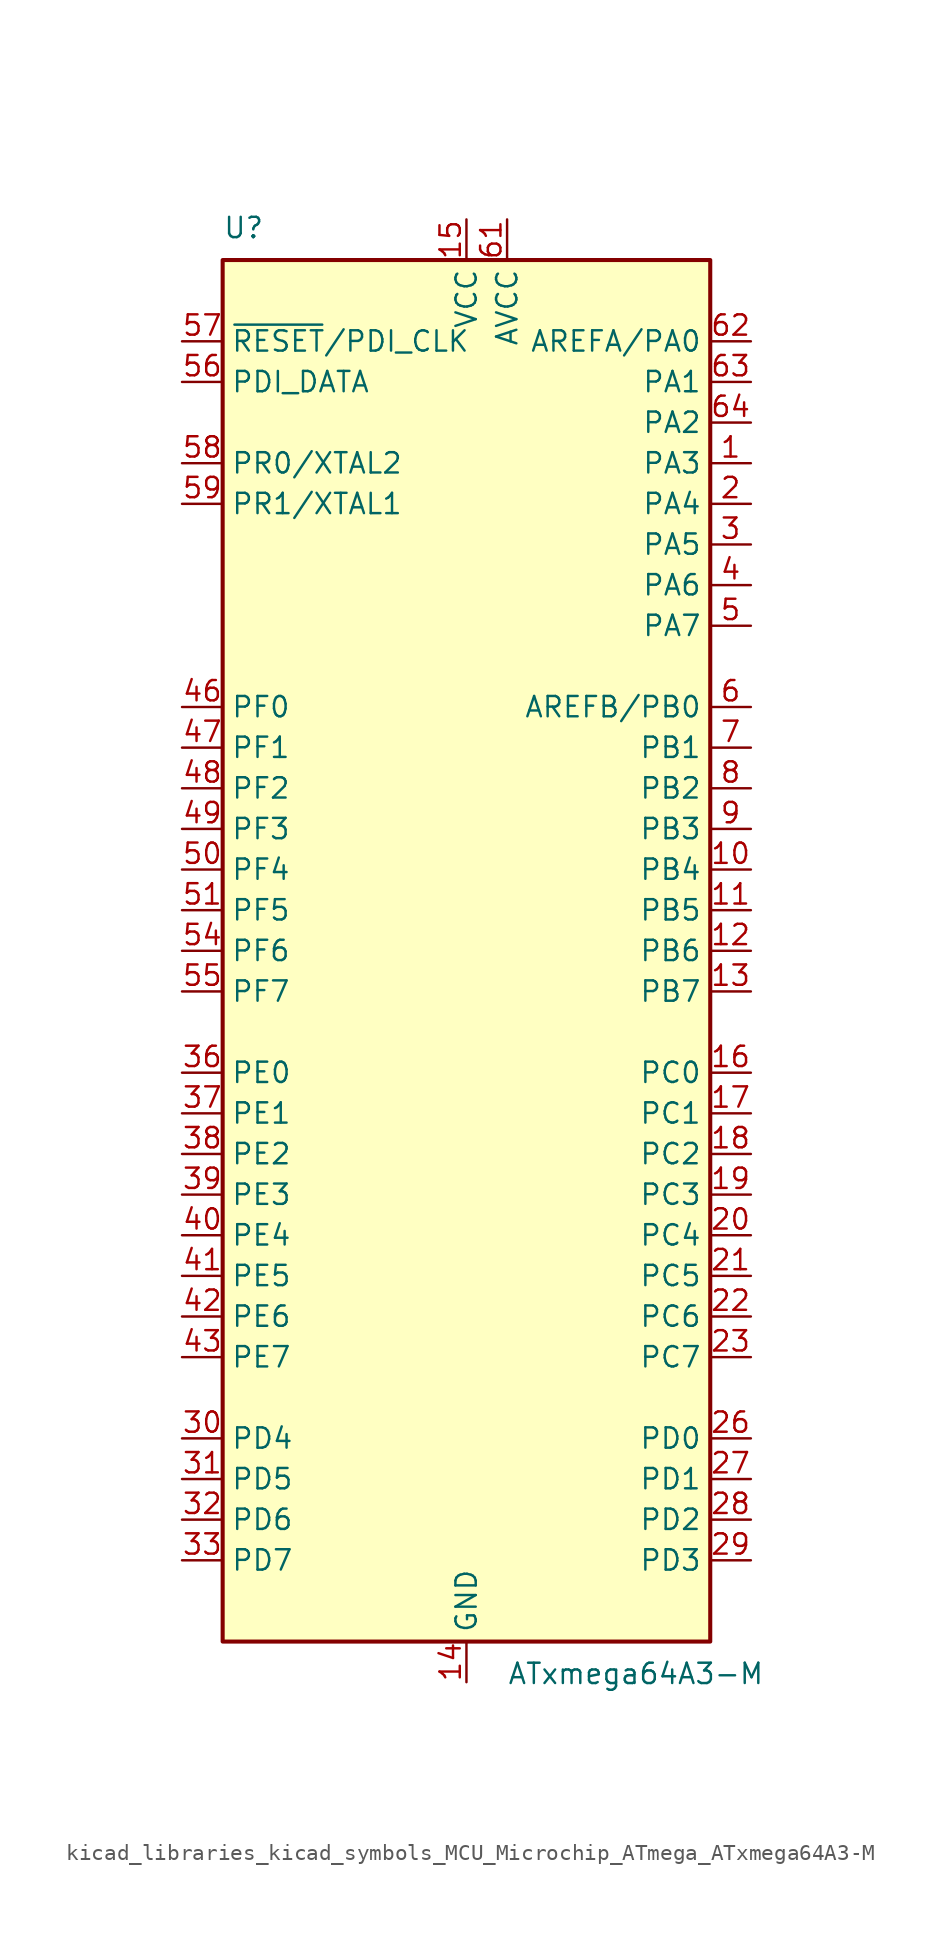
<source format=kicad_sym>
(kicad_symbol_lib
  (version 20220914)
  (generator kicad_symbol_editor)
  (symbol "kicad_libraries_kicad_symbols_MCU_Microchip_ATmega_ATxmega64A3-M"
    (property "Reference" "U"
      (at -15.24 44.45 0)
      (effects (font (size 1.27 1.27)) (justify left bottom)))
    (property "Value" "ATxmega64A3-M"
      (at 2.54 -44.45 0)
      (effects (font (size 1.27 1.27)) (justify left top)))
    (symbol "kicad_libraries_kicad_symbols_MCU_Microchip_ATmega_ATxmega64A3-M_0_1"
      (rectangle (start -15.24 -43.18) (end 15.24 43.18) (stroke (width 0.254) (type default)) (fill (type background))))
    (symbol "kicad_libraries_kicad_symbols_MCU_Microchip_ATmega_ATxmega64A3-M_1_1"
      (pin bidirectional line (at 17.78 30.48 180) (length 2.54) (name "PA3" (effects (font (size 1.27 1.27)))) (number "1" (effects (font (size 1.27 1.27)))))
      (pin bidirectional line (at 17.78 5.08 180) (length 2.54) (name "PB4" (effects (font (size 1.27 1.27)))) (number "10" (effects (font (size 1.27 1.27)))))
      (pin bidirectional line (at 17.78 2.54 180) (length 2.54) (name "PB5" (effects (font (size 1.27 1.27)))) (number "11" (effects (font (size 1.27 1.27)))))
      (pin bidirectional line (at 17.78 0 180) (length 2.54) (name "PB6" (effects (font (size 1.27 1.27)))) (number "12" (effects (font (size 1.27 1.27)))))
      (pin bidirectional line (at 17.78 -2.54 180) (length 2.54) (name "PB7" (effects (font (size 1.27 1.27)))) (number "13" (effects (font (size 1.27 1.27)))))
      (pin power_in line (at 0 -45.72 90) (length 2.54) (name "GND" (effects (font (size 1.27 1.27)))) (number "14" (effects (font (size 1.27 1.27)))))
      (pin power_in line (at 0 45.72 270) (length 2.54) (name "VCC" (effects (font (size 1.27 1.27)))) (number "15" (effects (font (size 1.27 1.27)))))
      (pin bidirectional line (at 17.78 -7.62 180) (length 2.54) (name "PC0" (effects (font (size 1.27 1.27)))) (number "16" (effects (font (size 1.27 1.27)))))
      (pin bidirectional line (at 17.78 -10.16 180) (length 2.54) (name "PC1" (effects (font (size 1.27 1.27)))) (number "17" (effects (font (size 1.27 1.27)))))
      (pin bidirectional line (at 17.78 -12.7 180) (length 2.54) (name "PC2" (effects (font (size 1.27 1.27)))) (number "18" (effects (font (size 1.27 1.27)))))
      (pin bidirectional line (at 17.78 -15.24 180) (length 2.54) (name "PC3" (effects (font (size 1.27 1.27)))) (number "19" (effects (font (size 1.27 1.27)))))
      (pin bidirectional line (at 17.78 27.94 180) (length 2.54) (name "PA4" (effects (font (size 1.27 1.27)))) (number "2" (effects (font (size 1.27 1.27)))))
      (pin bidirectional line (at 17.78 -17.78 180) (length 2.54) (name "PC4" (effects (font (size 1.27 1.27)))) (number "20" (effects (font (size 1.27 1.27)))))
      (pin bidirectional line (at 17.78 -20.32 180) (length 2.54) (name "PC5" (effects (font (size 1.27 1.27)))) (number "21" (effects (font (size 1.27 1.27)))))
      (pin bidirectional line (at 17.78 -22.86 180) (length 2.54) (name "PC6" (effects (font (size 1.27 1.27)))) (number "22" (effects (font (size 1.27 1.27)))))
      (pin bidirectional line (at 17.78 -25.4 180) (length 2.54) (name "PC7" (effects (font (size 1.27 1.27)))) (number "23" (effects (font (size 1.27 1.27)))))
      (pin passive line (at 0 -45.72 90) (length 2.54) hide (name "GND" (effects (font (size 1.27 1.27)))) (number "24" (effects (font (size 1.27 1.27)))))
      (pin passive line (at 0 45.72 270) (length 2.54) hide (name "VCC" (effects (font (size 1.27 1.27)))) (number "25" (effects (font (size 1.27 1.27)))))
      (pin bidirectional line (at 17.78 -30.48 180) (length 2.54) (name "PD0" (effects (font (size 1.27 1.27)))) (number "26" (effects (font (size 1.27 1.27)))))
      (pin bidirectional line (at 17.78 -33.02 180) (length 2.54) (name "PD1" (effects (font (size 1.27 1.27)))) (number "27" (effects (font (size 1.27 1.27)))))
      (pin bidirectional line (at 17.78 -35.56 180) (length 2.54) (name "PD2" (effects (font (size 1.27 1.27)))) (number "28" (effects (font (size 1.27 1.27)))))
      (pin bidirectional line (at 17.78 -38.1 180) (length 2.54) (name "PD3" (effects (font (size 1.27 1.27)))) (number "29" (effects (font (size 1.27 1.27)))))
      (pin bidirectional line (at 17.78 25.4 180) (length 2.54) (name "PA5" (effects (font (size 1.27 1.27)))) (number "3" (effects (font (size 1.27 1.27)))))
      (pin bidirectional line (at -17.78 -30.48 0) (length 2.54) (name "PD4" (effects (font (size 1.27 1.27)))) (number "30" (effects (font (size 1.27 1.27)))))
      (pin bidirectional line (at -17.78 -33.02 0) (length 2.54) (name "PD5" (effects (font (size 1.27 1.27)))) (number "31" (effects (font (size 1.27 1.27)))))
      (pin bidirectional line (at -17.78 -35.56 0) (length 2.54) (name "PD6" (effects (font (size 1.27 1.27)))) (number "32" (effects (font (size 1.27 1.27)))))
      (pin bidirectional line (at -17.78 -38.1 0) (length 2.54) (name "PD7" (effects (font (size 1.27 1.27)))) (number "33" (effects (font (size 1.27 1.27)))))
      (pin passive line (at 0 -45.72 90) (length 2.54) hide (name "GND" (effects (font (size 1.27 1.27)))) (number "34" (effects (font (size 1.27 1.27)))))
      (pin passive line (at 0 45.72 270) (length 2.54) hide (name "VCC" (effects (font (size 1.27 1.27)))) (number "35" (effects (font (size 1.27 1.27)))))
      (pin bidirectional line (at -17.78 -7.62 0) (length 2.54) (name "PE0" (effects (font (size 1.27 1.27)))) (number "36" (effects (font (size 1.27 1.27)))))
      (pin bidirectional line (at -17.78 -10.16 0) (length 2.54) (name "PE1" (effects (font (size 1.27 1.27)))) (number "37" (effects (font (size 1.27 1.27)))))
      (pin bidirectional line (at -17.78 -12.7 0) (length 2.54) (name "PE2" (effects (font (size 1.27 1.27)))) (number "38" (effects (font (size 1.27 1.27)))))
      (pin bidirectional line (at -17.78 -15.24 0) (length 2.54) (name "PE3" (effects (font (size 1.27 1.27)))) (number "39" (effects (font (size 1.27 1.27)))))
      (pin bidirectional line (at 17.78 22.86 180) (length 2.54) (name "PA6" (effects (font (size 1.27 1.27)))) (number "4" (effects (font (size 1.27 1.27)))))
      (pin bidirectional line (at -17.78 -17.78 0) (length 2.54) (name "PE4" (effects (font (size 1.27 1.27)))) (number "40" (effects (font (size 1.27 1.27)))))
      (pin bidirectional line (at -17.78 -20.32 0) (length 2.54) (name "PE5" (effects (font (size 1.27 1.27)))) (number "41" (effects (font (size 1.27 1.27)))))
      (pin bidirectional line (at -17.78 -22.86 0) (length 2.54) (name "PE6" (effects (font (size 1.27 1.27)))) (number "42" (effects (font (size 1.27 1.27)))))
      (pin bidirectional line (at -17.78 -25.4 0) (length 2.54) (name "PE7" (effects (font (size 1.27 1.27)))) (number "43" (effects (font (size 1.27 1.27)))))
      (pin passive line (at 0 -45.72 90) (length 2.54) hide (name "GND" (effects (font (size 1.27 1.27)))) (number "44" (effects (font (size 1.27 1.27)))))
      (pin passive line (at 0 45.72 270) (length 2.54) hide (name "VCC" (effects (font (size 1.27 1.27)))) (number "45" (effects (font (size 1.27 1.27)))))
      (pin bidirectional line (at -17.78 15.24 0) (length 2.54) (name "PF0" (effects (font (size 1.27 1.27)))) (number "46" (effects (font (size 1.27 1.27)))))
      (pin bidirectional line (at -17.78 12.7 0) (length 2.54) (name "PF1" (effects (font (size 1.27 1.27)))) (number "47" (effects (font (size 1.27 1.27)))))
      (pin bidirectional line (at -17.78 10.16 0) (length 2.54) (name "PF2" (effects (font (size 1.27 1.27)))) (number "48" (effects (font (size 1.27 1.27)))))
      (pin bidirectional line (at -17.78 7.62 0) (length 2.54) (name "PF3" (effects (font (size 1.27 1.27)))) (number "49" (effects (font (size 1.27 1.27)))))
      (pin bidirectional line (at 17.78 20.32 180) (length 2.54) (name "PA7" (effects (font (size 1.27 1.27)))) (number "5" (effects (font (size 1.27 1.27)))))
      (pin bidirectional line (at -17.78 5.08 0) (length 2.54) (name "PF4" (effects (font (size 1.27 1.27)))) (number "50" (effects (font (size 1.27 1.27)))))
      (pin bidirectional line (at -17.78 2.54 0) (length 2.54) (name "PF5" (effects (font (size 1.27 1.27)))) (number "51" (effects (font (size 1.27 1.27)))))
      (pin passive line (at 0 -45.72 90) (length 2.54) hide (name "GND" (effects (font (size 1.27 1.27)))) (number "52" (effects (font (size 1.27 1.27)))))
      (pin passive line (at 0 45.72 270) (length 2.54) hide (name "VCC" (effects (font (size 1.27 1.27)))) (number "53" (effects (font (size 1.27 1.27)))))
      (pin bidirectional line (at -17.78 0 0) (length 2.54) (name "PF6" (effects (font (size 1.27 1.27)))) (number "54" (effects (font (size 1.27 1.27)))))
      (pin bidirectional line (at -17.78 -2.54 0) (length 2.54) (name "PF7" (effects (font (size 1.27 1.27)))) (number "55" (effects (font (size 1.27 1.27)))))
      (pin bidirectional line (at -17.78 35.56 0) (length 2.54) (name "PDI_DATA" (effects (font (size 1.27 1.27)))) (number "56" (effects (font (size 1.27 1.27)))))
      (pin input line (at -17.78 38.1 0) (length 2.54) (name "~{RESET}/PDI_CLK" (effects (font (size 1.27 1.27)))) (number "57" (effects (font (size 1.27 1.27)))))
      (pin bidirectional line (at -17.78 30.48 0) (length 2.54) (name "PR0/XTAL2" (effects (font (size 1.27 1.27)))) (number "58" (effects (font (size 1.27 1.27)))))
      (pin bidirectional line (at -17.78 27.94 0) (length 2.54) (name "PR1/XTAL1" (effects (font (size 1.27 1.27)))) (number "59" (effects (font (size 1.27 1.27)))))
      (pin bidirectional line (at 17.78 15.24 180) (length 2.54) (name "AREFB/PB0" (effects (font (size 1.27 1.27)))) (number "6" (effects (font (size 1.27 1.27)))))
      (pin passive line (at 0 -45.72 90) (length 2.54) hide (name "GND" (effects (font (size 1.27 1.27)))) (number "60" (effects (font (size 1.27 1.27)))))
      (pin power_in line (at 2.54 45.72 270) (length 2.54) (name "AVCC" (effects (font (size 1.27 1.27)))) (number "61" (effects (font (size 1.27 1.27)))))
      (pin bidirectional line (at 17.78 38.1 180) (length 2.54) (name "AREFA/PA0" (effects (font (size 1.27 1.27)))) (number "62" (effects (font (size 1.27 1.27)))))
      (pin bidirectional line (at 17.78 35.56 180) (length 2.54) (name "PA1" (effects (font (size 1.27 1.27)))) (number "63" (effects (font (size 1.27 1.27)))))
      (pin bidirectional line (at 17.78 33.02 180) (length 2.54) (name "PA2" (effects (font (size 1.27 1.27)))) (number "64" (effects (font (size 1.27 1.27)))))
      (pin passive line (at 0 -45.72 90) (length 2.54) hide (name "GND" (effects (font (size 1.27 1.27)))) (number "65" (effects (font (size 1.27 1.27)))))
      (pin bidirectional line (at 17.78 12.7 180) (length 2.54) (name "PB1" (effects (font (size 1.27 1.27)))) (number "7" (effects (font (size 1.27 1.27)))))
      (pin bidirectional line (at 17.78 10.16 180) (length 2.54) (name "PB2" (effects (font (size 1.27 1.27)))) (number "8" (effects (font (size 1.27 1.27)))))
      (pin bidirectional line (at 17.78 7.62 180) (length 2.54) (name "PB3" (effects (font (size 1.27 1.27)))) (number "9" (effects (font (size 1.27 1.27))))))))
</source>
